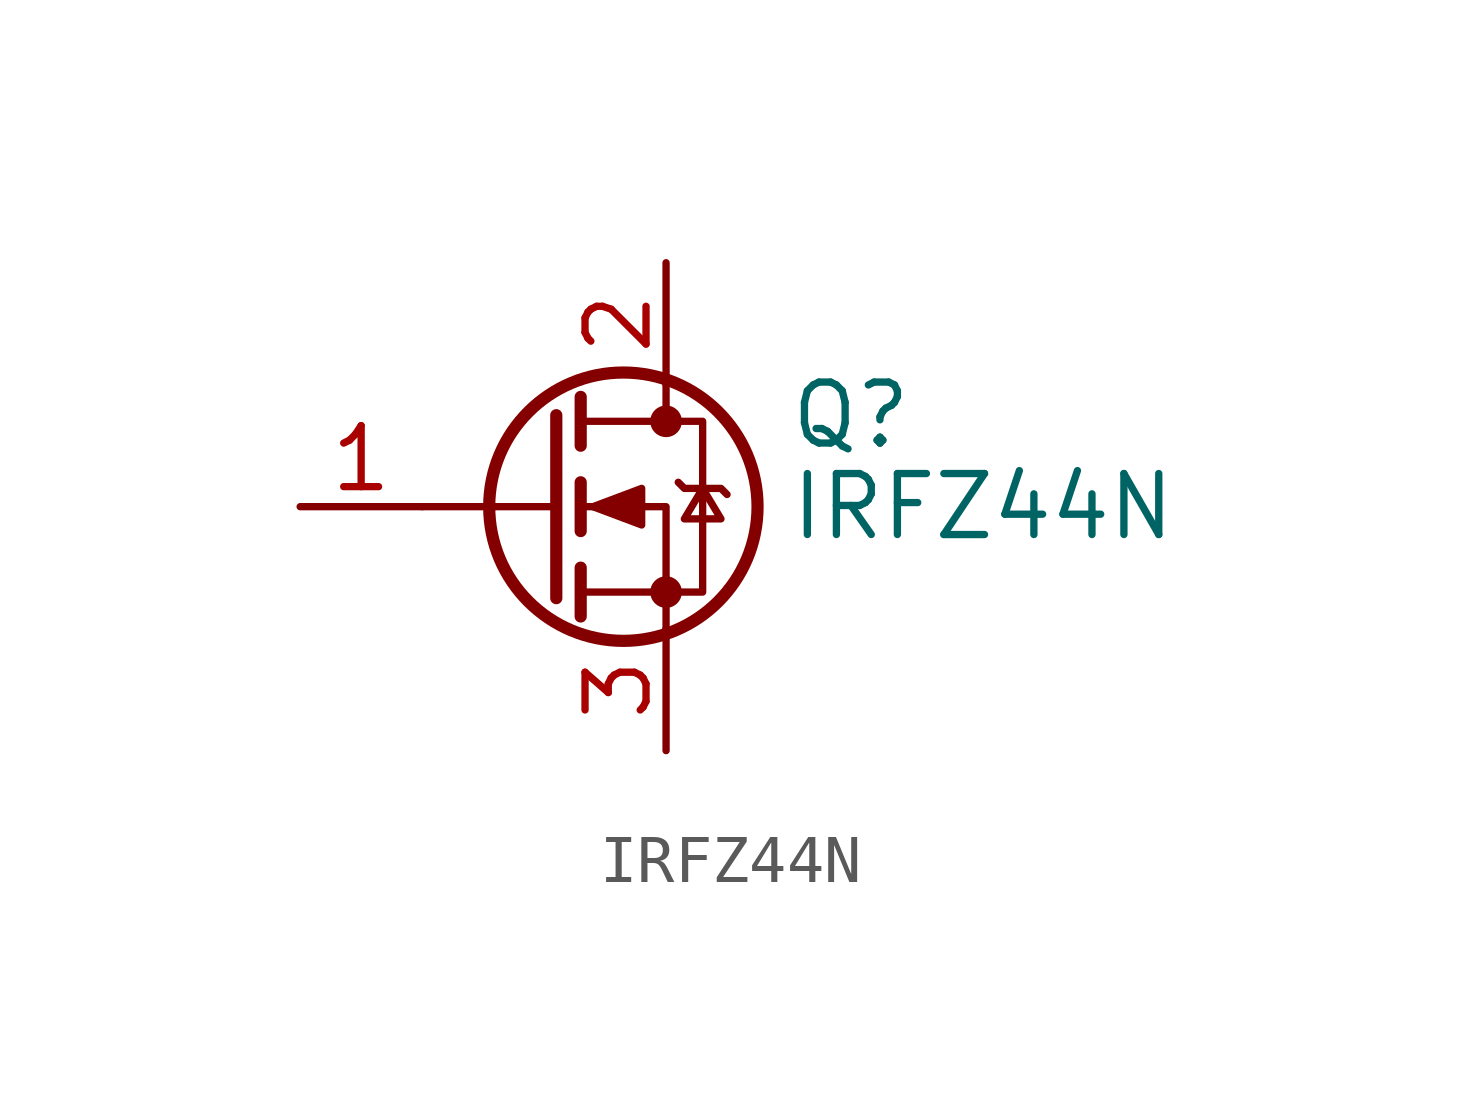
<source format=kicad_sym>
(kicad_symbol_lib
  (version 20220914)
  (generator kicad_symbol_editor)
  (symbol "IRFZ44N"
    (pin_names hide)
    (property "Reference" "Q"
      (at 5.08 1.905 0)
      (effects (font (size 1.27 1.27)) (justify left)))
    (property "Value" "IRFZ44N"
      (at 5.08 0 0)
      (effects (font (size 1.27 1.27)) (justify left)))
    (symbol "IRFZ44N_0_1"
      (polyline (pts (xy 0.254 0) (xy -2.54 0)) (stroke (width 0) (type default)) (fill (type none)))
      (polyline (pts (xy 0.254 1.905) (xy 0.254 -1.905)) (stroke (width 0.254) (type default)) (fill (type none)))
      (polyline (pts (xy 0.762 -1.27) (xy 0.762 -2.286)) (stroke (width 0.254) (type default)) (fill (type none)))
      (polyline (pts (xy 0.762 0.508) (xy 0.762 -0.508)) (stroke (width 0.254) (type default)) (fill (type none)))
      (polyline (pts (xy 0.762 2.286) (xy 0.762 1.27)) (stroke (width 0.254) (type default)) (fill (type none)))
      (polyline (pts (xy 2.54 2.54) (xy 2.54 1.778)) (stroke (width 0) (type default)) (fill (type none)))
      (polyline (pts (xy 2.54 -2.54) (xy 2.54 0) (xy 0.762 0)) (stroke (width 0) (type default)) (fill (type none)))
      (polyline (pts (xy 0.762 -1.778) (xy 3.302 -1.778) (xy 3.302 1.778) (xy 0.762 1.778)) (stroke (width 0) (type default)) (fill (type none)))
      (polyline (pts (xy 1.016 0) (xy 2.032 0.381) (xy 2.032 -0.381) (xy 1.016 0)) (stroke (width 0) (type default)) (fill (type outline)))
      (polyline (pts (xy 2.794 0.508) (xy 2.921 0.381) (xy 3.683 0.381) (xy 3.81 0.254)) (stroke (width 0) (type default)) (fill (type none)))
      (polyline (pts (xy 3.302 0.381) (xy 2.921 -0.254) (xy 3.683 -0.254) (xy 3.302 0.381)) (stroke (width 0) (type default)) (fill (type none)))
      (circle (center 1.651 0) (radius 2.794) (stroke (width 0.254) (type default)) (fill (type none)))
      (circle (center 2.54 -1.778) (radius 0.254) (stroke (width 0) (type default)) (fill (type outline)))
      (circle (center 2.54 1.778) (radius 0.254) (stroke (width 0) (type default)) (fill (type outline))))
    (symbol "IRFZ44N_1_1"
      (pin input line (at -5.08 0 0) (length 2.54) (name "G" (effects (font (size 1.27 1.27)))) (number "1" (effects (font (size 1.27 1.27)))))
      (pin passive line (at 2.54 5.08 270) (length 2.54) (name "D" (effects (font (size 1.27 1.27)))) (number "2" (effects (font (size 1.27 1.27)))))
      (pin passive line (at 2.54 -5.08 90) (length 2.54) (name "S" (effects (font (size 1.27 1.27)))) (number "3" (effects (font (size 1.27 1.27))))))))
</source>
